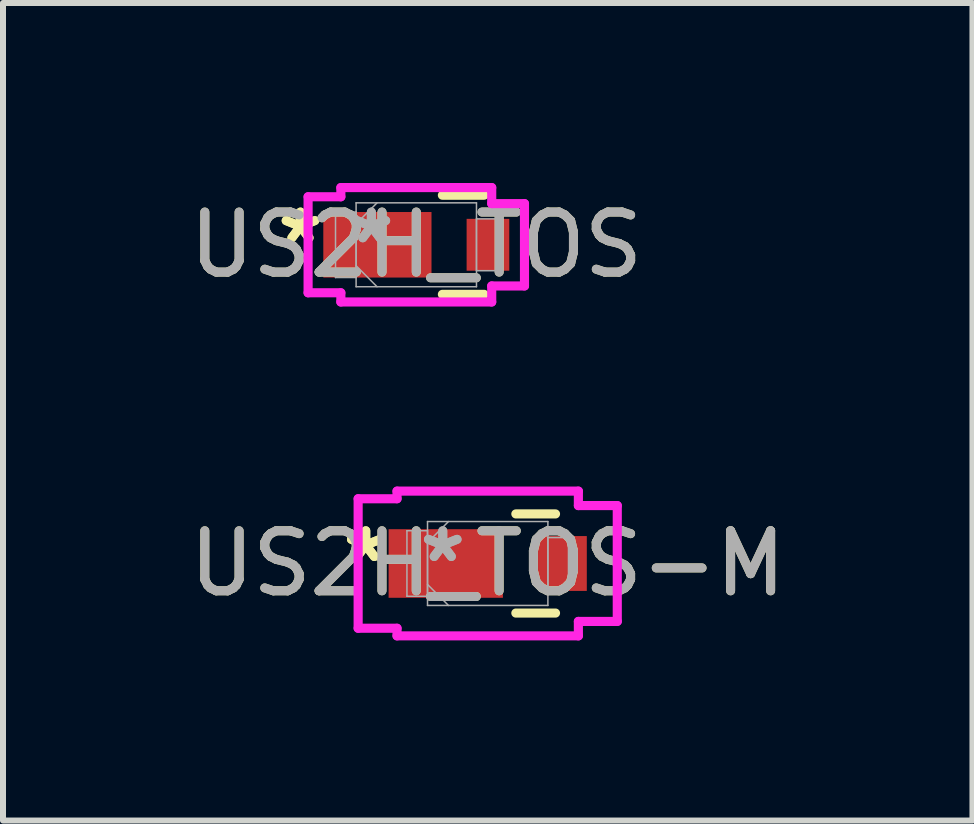
<source format=kicad_pcb>
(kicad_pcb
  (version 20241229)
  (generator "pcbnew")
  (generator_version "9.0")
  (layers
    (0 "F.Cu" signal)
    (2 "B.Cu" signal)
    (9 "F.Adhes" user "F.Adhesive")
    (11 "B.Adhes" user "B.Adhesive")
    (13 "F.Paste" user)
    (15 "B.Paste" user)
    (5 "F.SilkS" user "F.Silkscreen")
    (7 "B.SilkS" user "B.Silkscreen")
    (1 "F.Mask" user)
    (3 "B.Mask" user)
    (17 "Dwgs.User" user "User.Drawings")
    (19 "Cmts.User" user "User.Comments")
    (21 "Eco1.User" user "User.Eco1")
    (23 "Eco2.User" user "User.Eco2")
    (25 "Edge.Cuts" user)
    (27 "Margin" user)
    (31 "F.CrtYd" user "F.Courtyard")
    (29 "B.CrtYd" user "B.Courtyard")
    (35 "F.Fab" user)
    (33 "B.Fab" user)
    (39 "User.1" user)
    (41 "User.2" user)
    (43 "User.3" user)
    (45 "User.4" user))
  (footprint "US2H_TOS-M"
    (layer "F.Cu")
    (at 5.077 6.34)
    (property "Reference" "US2H_TOS-M" (at 0 0 0) (unlocked yes) (layer "F.SilkS") (effects (font (size 1 1) (thickness 0.15))))
    (attr smd)
    (fp_line (start 0.469 0.826) (end 1.13 0.826) (stroke (width 0.152) (type solid)) (layer "F.SilkS"))
    (fp_line (start 1.13 -0.826) (end 0.469 -0.826) (stroke (width 0.152) (type solid)) (layer "F.SilkS"))
    (fp_line (start -2.159 -1.079) (end -1.511 -1.079) (stroke (width 0.152) (type solid)) (layer "F.CrtYd"))
    (fp_line (start -2.159 1.079) (end -2.159 -1.079) (stroke (width 0.152) (type solid)) (layer "F.CrtYd"))
    (fp_line (start -1.511 -1.206) (end 1.511 -1.206) (stroke (width 0.152) (type solid)) (layer "F.CrtYd"))
    (fp_line (start -1.511 -1.079) (end -1.511 -1.206) (stroke (width 0.152) (type solid)) (layer "F.CrtYd"))
    (fp_line (start -1.511 1.079) (end -2.159 1.079) (stroke (width 0.152) (type solid)) (layer "F.CrtYd"))
    (fp_line (start -1.511 1.206) (end -1.511 1.079) (stroke (width 0.152) (type solid)) (layer "F.CrtYd"))
    (fp_line (start 1.511 -1.206) (end 1.511 -0.965) (stroke (width 0.152) (type solid)) (layer "F.CrtYd"))
    (fp_line (start 1.511 -0.965) (end 2.159 -0.965) (stroke (width 0.152) (type solid)) (layer "F.CrtYd"))
    (fp_line (start 1.511 0.965) (end 1.511 1.206) (stroke (width 0.152) (type solid)) (layer "F.CrtYd"))
    (fp_line (start 1.511 1.206) (end -1.511 1.206) (stroke (width 0.152) (type solid)) (layer "F.CrtYd"))
    (fp_line (start 2.159 -0.965) (end 2.159 0.965) (stroke (width 0.152) (type solid)) (layer "F.CrtYd"))
    (fp_line (start 2.159 0.965) (end 1.511 0.965) (stroke (width 0.152) (type solid)) (layer "F.CrtYd"))
    (fp_line (start -1.346 -0.546) (end -1.346 0.546) (stroke (width 0.025) (type solid)) (layer "F.Fab"))
    (fp_line (start -1.346 0.546) (end -1.003 0.546) (stroke (width 0.025) (type solid)) (layer "F.Fab"))
    (fp_line (start -1.003 -0.699) (end -1.003 0.699) (stroke (width 0.025) (type solid)) (layer "F.Fab"))
    (fp_line (start -1.003 -0.546) (end -1.346 -0.546) (stroke (width 0.025) (type solid)) (layer "F.Fab"))
    (fp_line (start -1.003 -0.349) (end -0.654 -0.699) (stroke (width 0.025) (type solid)) (layer "F.Fab"))
    (fp_line (start -1.003 0.349) (end -0.654 0.699) (stroke (width 0.025) (type solid)) (layer "F.Fab"))
    (fp_line (start -1.003 0.546) (end -1.003 -0.546) (stroke (width 0.025) (type solid)) (layer "F.Fab"))
    (fp_line (start -1.003 0.699) (end 1.003 0.699) (stroke (width 0.025) (type solid)) (layer "F.Fab"))
    (fp_line (start 1.003 -0.699) (end -1.003 -0.699) (stroke (width 0.025) (type solid)) (layer "F.Fab"))
    (fp_line (start 1.003 -0.432) (end 1.003 0.432) (stroke (width 0.025) (type solid)) (layer "F.Fab"))
    (fp_line (start 1.003 0.432) (end 1.346 0.432) (stroke (width 0.025) (type solid)) (layer "F.Fab"))
    (fp_line (start 1.003 0.699) (end 1.003 -0.699) (stroke (width 0.025) (type solid)) (layer "F.Fab"))
    (fp_line (start 1.346 -0.432) (end 1.003 -0.432) (stroke (width 0.025) (type solid)) (layer "F.Fab"))
    (fp_line (start 1.346 0.432) (end 1.346 -0.432) (stroke (width 0.025) (type solid)) (layer "F.Fab"))
    (fp_text user "*" (at -2.032 0 0) (layer "F.SilkS") (effects (font (size 1 1) (thickness 0.15))))
    (fp_text user "*" (at -2.032 0 0) (unlocked yes) (layer "F.SilkS") (effects (font (size 1 1) (thickness 0.15))))
    (fp_text user "*" (at -0.749 0 0) (layer "F.Fab") (effects (font (size 1 1) (thickness 0.15))))
    (fp_text user "*" (at -0.749 0 0) (unlocked yes) (layer "F.Fab") (effects (font (size 1 1) (thickness 0.15))))
    (fp_text user "${REFERENCE}" (at 0 0 0) (unlocked yes) (layer "F.Fab") (effects (font (size 1 1) (thickness 0.15))))
    (pad "1" smd rect (at -0.699 0) (size 1.905 1.143) (layers "F.Cu" "F.Mask" "F.Paste"))
    (pad "2" smd rect (at 1.245 0) (size 0.813 0.914) (layers "F.Cu" "F.Mask" "F.Paste"))
    (zone (net_name "") (layer "F.Cu") (hatch full 0.508) (connect_pads) (min_thickness 0.254) (filled_areas_thickness no) (keepout (tracks not_allowed) (vias not_allowed) (pads allowed) (copperpour not_allowed) (footprints allowed)) (placement (enabled no)) (fill) (polygon (pts (xy 5.382 5.692) (xy 5.865 5.692) (xy 5.865 6.988) (xy 5.382 6.988)))))
  (footprint "US2H_TOS"
    (layer "F.Cu")
    (at 3.887 1.029)
    (property "Reference" "US2H_TOS" (at 0 0 0) (unlocked yes) (layer "F.SilkS") (effects (font (size 1 1) (thickness 0.15))))
    (attr smd)
    (fp_line (start 0.435 0.826) (end 1.13 0.826) (stroke (width 0.152) (type solid)) (layer "F.SilkS"))
    (fp_line (start 1.13 -0.826) (end 0.435 -0.826) (stroke (width 0.152) (type solid)) (layer "F.SilkS"))
    (fp_line (start -1.803 -0.8) (end -1.257 -0.8) (stroke (width 0.152) (type solid)) (layer "F.CrtYd"))
    (fp_line (start -1.803 0.8) (end -1.803 -0.8) (stroke (width 0.152) (type solid)) (layer "F.CrtYd"))
    (fp_line (start -1.257 -0.953) (end 1.257 -0.953) (stroke (width 0.152) (type solid)) (layer "F.CrtYd"))
    (fp_line (start -1.257 -0.8) (end -1.257 -0.953) (stroke (width 0.152) (type solid)) (layer "F.CrtYd"))
    (fp_line (start -1.257 0.8) (end -1.803 0.8) (stroke (width 0.152) (type solid)) (layer "F.CrtYd"))
    (fp_line (start -1.257 0.953) (end -1.257 0.8) (stroke (width 0.152) (type solid)) (layer "F.CrtYd"))
    (fp_line (start 1.257 -0.953) (end 1.257 -0.686) (stroke (width 0.152) (type solid)) (layer "F.CrtYd"))
    (fp_line (start 1.257 -0.686) (end 1.803 -0.686) (stroke (width 0.152) (type solid)) (layer "F.CrtYd"))
    (fp_line (start 1.257 0.686) (end 1.257 0.953) (stroke (width 0.152) (type solid)) (layer "F.CrtYd"))
    (fp_line (start 1.257 0.953) (end -1.257 0.953) (stroke (width 0.152) (type solid)) (layer "F.CrtYd"))
    (fp_line (start 1.803 -0.686) (end 1.803 0.686) (stroke (width 0.152) (type solid)) (layer "F.CrtYd"))
    (fp_line (start 1.803 0.686) (end 1.257 0.686) (stroke (width 0.152) (type solid)) (layer "F.CrtYd"))
    (fp_line (start -1.346 -0.546) (end -1.346 0.546) (stroke (width 0.025) (type solid)) (layer "F.Fab"))
    (fp_line (start -1.346 0.546) (end -1.003 0.546) (stroke (width 0.025) (type solid)) (layer "F.Fab"))
    (fp_line (start -1.003 -0.699) (end -1.003 0.699) (stroke (width 0.025) (type solid)) (layer "F.Fab"))
    (fp_line (start -1.003 -0.546) (end -1.346 -0.546) (stroke (width 0.025) (type solid)) (layer "F.Fab"))
    (fp_line (start -1.003 -0.349) (end -0.654 -0.699) (stroke (width 0.025) (type solid)) (layer "F.Fab"))
    (fp_line (start -1.003 0.349) (end -0.654 0.699) (stroke (width 0.025) (type solid)) (layer "F.Fab"))
    (fp_line (start -1.003 0.546) (end -1.003 -0.546) (stroke (width 0.025) (type solid)) (layer "F.Fab"))
    (fp_line (start -1.003 0.699) (end 1.003 0.699) (stroke (width 0.025) (type solid)) (layer "F.Fab"))
    (fp_line (start 1.003 -0.699) (end -1.003 -0.699) (stroke (width 0.025) (type solid)) (layer "F.Fab"))
    (fp_line (start 1.003 -0.432) (end 1.003 0.432) (stroke (width 0.025) (type solid)) (layer "F.Fab"))
    (fp_line (start 1.003 0.432) (end 1.346 0.432) (stroke (width 0.025) (type solid)) (layer "F.Fab"))
    (fp_line (start 1.003 0.699) (end 1.003 -0.699) (stroke (width 0.025) (type solid)) (layer "F.Fab"))
    (fp_line (start 1.346 -0.432) (end 1.003 -0.432) (stroke (width 0.025) (type solid)) (layer "F.Fab"))
    (fp_line (start 1.346 0.432) (end 1.346 -0.432) (stroke (width 0.025) (type solid)) (layer "F.Fab"))
    (fp_text user "*" (at -1.93 0 0) (unlocked yes) (layer "F.SilkS") (effects (font (size 1 1) (thickness 0.15))))
    (fp_text user "*" (at -1.93 0 0) (layer "F.SilkS") (effects (font (size 1 1) (thickness 0.15))))
    (fp_text user "*" (at -0.749 0 0) (unlocked yes) (layer "F.Fab") (effects (font (size 1 1) (thickness 0.15))))
    (fp_text user "*" (at -0.749 0 0) (layer "F.Fab") (effects (font (size 1 1) (thickness 0.15))))
    (fp_text user "${REFERENCE}" (at 0 0 0) (unlocked yes) (layer "F.Fab") (effects (font (size 1 1) (thickness 0.15))))
    (pad "1" smd rect (at -0.648 0) (size 1.803 1.092) (layers "F.Cu" "F.Mask" "F.Paste"))
    (pad "2" smd rect (at 1.194 0) (size 0.711 0.864) (layers "F.Cu" "F.Mask" "F.Paste"))
    (zone (net_name "") (layer "F.Cu") (hatch full 0.508) (connect_pads) (min_thickness 0.254) (filled_areas_thickness no) (keepout (tracks not_allowed) (vias not_allowed) (pads allowed) (copperpour not_allowed) (footprints allowed)) (placement (enabled no)) (fill) (polygon (pts (xy 4.192 0.381) (xy 4.674 0.381) (xy 4.674 1.676) (xy 4.192 1.676)))))
  (gr_rect
    (start -3 -3)
    (end 13.155 10.623)
    (stroke (width 0.1) (type default))
    (fill no)
    (layer "Edge.Cuts")))
</source>
